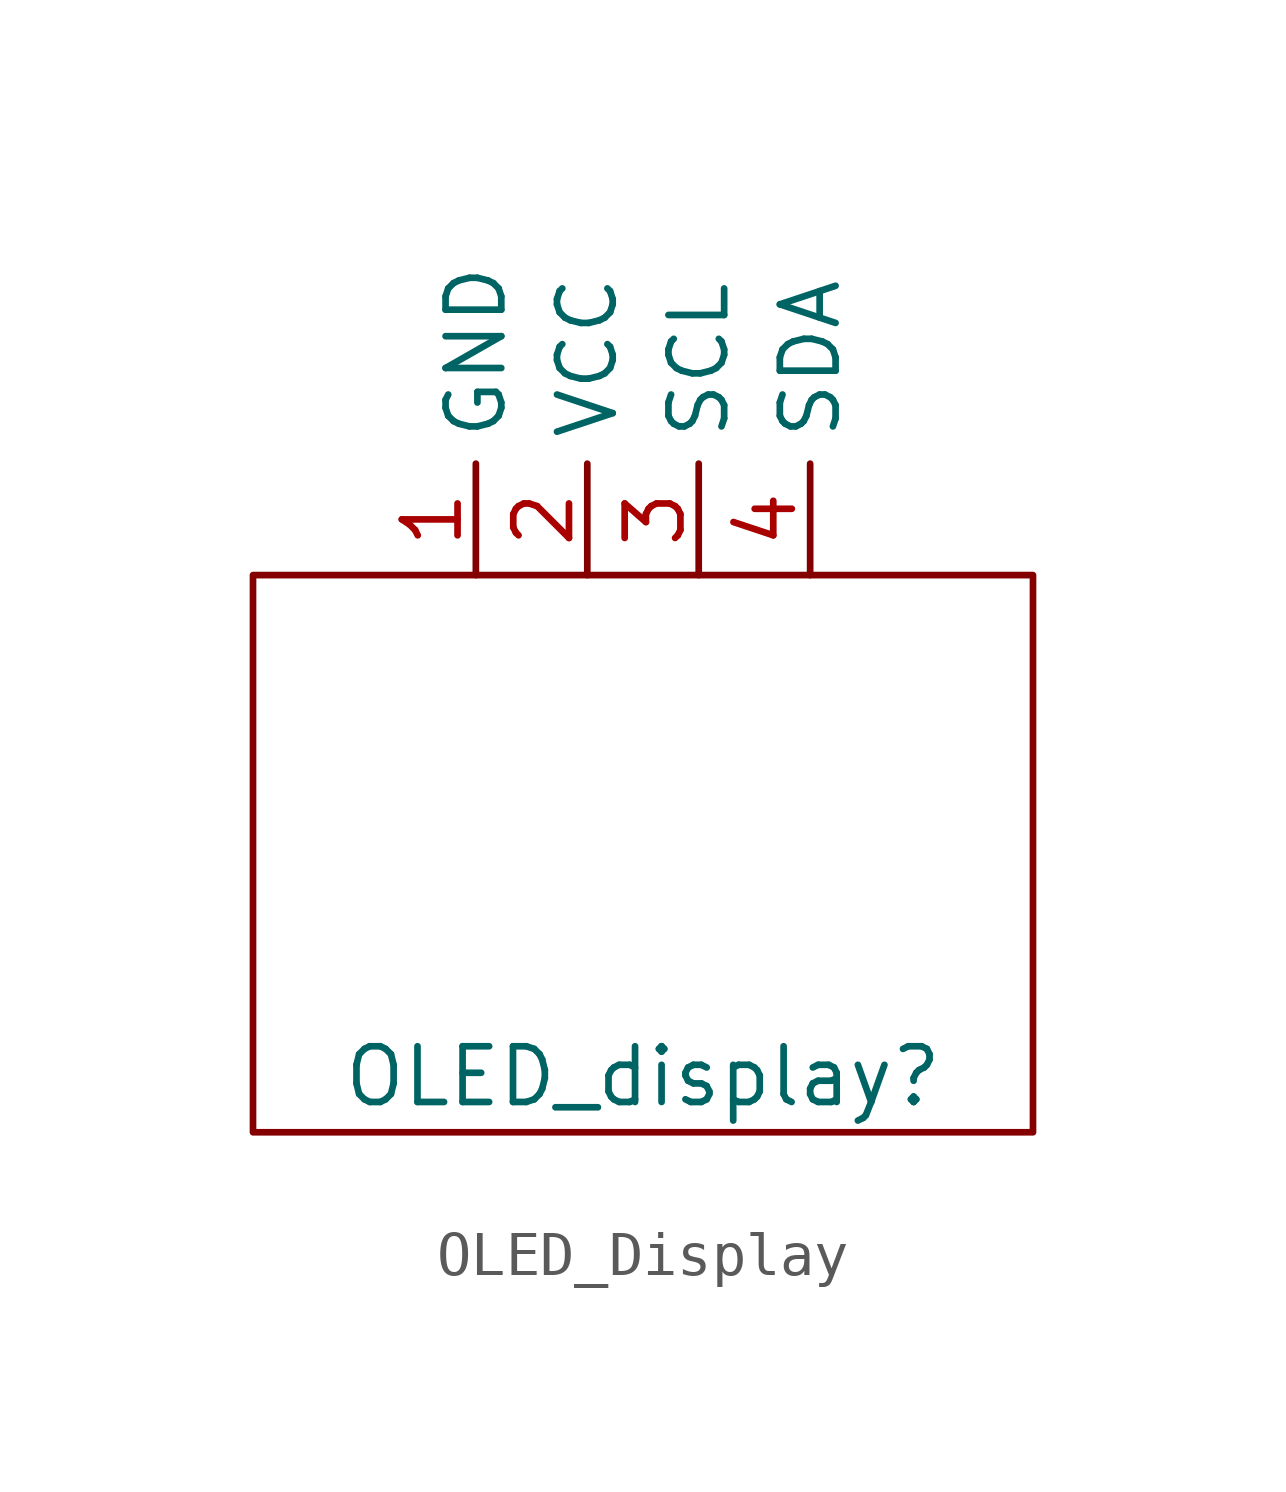
<source format=kicad_sym>
(kicad_symbol_lib
  (version 20241209)
  (generator "kicad_symbol_editor")
  (generator_version "9.0")
  (symbol "OLED_Display"
    (property "Reference" "OLED_display"
      (at 0 -5.08 0)
      (effects (font (size 1.27 1.27))))
    (property "Value" ""
      (at 0 0 0)
      (effects (font (size 1.27 1.27))))
    (symbol "OLED_Display_0_1"
      (rectangle (start -8.89 6.35) (end 8.89 -6.35) (stroke (width 0) (type default)) (fill (type none))))
    (symbol "OLED_Display_1_1"
      (pin bidirectional line (at -3.81 6.35 90) (length 2.54) (name "GND" (effects (font (size 1.27 1.27)))) (number "1" (effects (font (size 1.27 1.27)))))
      (pin power_in line (at -1.27 6.35 90) (length 2.54) (name "VCC" (effects (font (size 1.27 1.27)))) (number "2" (effects (font (size 1.27 1.27)))))
      (pin input line (at 1.27 6.35 90) (length 2.54) (name "SCL" (effects (font (size 1.27 1.27)))) (number "3" (effects (font (size 1.27 1.27)))))
      (pin bidirectional line (at 3.81 6.35 90) (length 2.54) (name "SDA" (effects (font (size 1.27 1.27)))) (number "4" (effects (font (size 1.27 1.27))))))))
</source>
